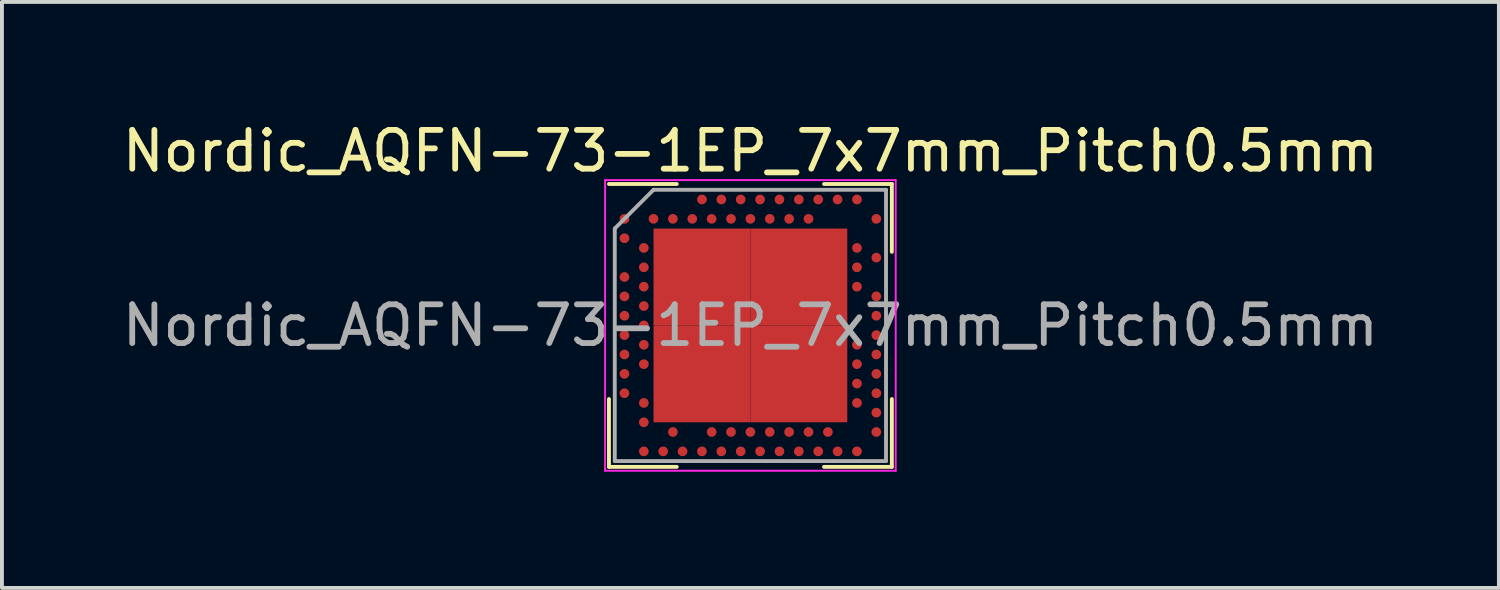
<source format=kicad_pcb>
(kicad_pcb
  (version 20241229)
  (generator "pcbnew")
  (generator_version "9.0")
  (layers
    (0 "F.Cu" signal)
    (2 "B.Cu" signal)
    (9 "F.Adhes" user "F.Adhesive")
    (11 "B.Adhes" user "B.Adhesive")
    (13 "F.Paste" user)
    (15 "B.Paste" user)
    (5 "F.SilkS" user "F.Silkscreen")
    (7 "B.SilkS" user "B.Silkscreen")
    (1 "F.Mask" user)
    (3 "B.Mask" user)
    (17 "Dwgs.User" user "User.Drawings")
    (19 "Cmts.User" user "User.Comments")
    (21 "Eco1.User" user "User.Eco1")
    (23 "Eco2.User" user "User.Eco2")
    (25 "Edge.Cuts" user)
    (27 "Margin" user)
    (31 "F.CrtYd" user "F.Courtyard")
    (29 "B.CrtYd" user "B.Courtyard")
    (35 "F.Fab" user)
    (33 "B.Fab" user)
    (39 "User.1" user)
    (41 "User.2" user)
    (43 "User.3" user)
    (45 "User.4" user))
  (footprint "Nordic_AQFN-73-1EP_7x7mm_Pitch0.5mm"
    (layer "F.Cu")
    (at 16.315 5.348)
    (property "Reference" "Nordic_AQFN-73-1EP_7x7mm_Pitch0.5mm" (at 0 -4.5 0) (layer "F.SilkS") (effects (font (size 1 1) (thickness 0.15))))
    (attr smd)
    (fp_line (start -3.65 -3.65) (end -1.9 -3.65) (stroke (width 0.1) (type solid)) (layer "F.SilkS"))
    (fp_line (start -3.65 3.65) (end -3.65 1.9) (stroke (width 0.1) (type solid)) (layer "F.SilkS"))
    (fp_line (start -1.9 3.65) (end -3.65 3.65) (stroke (width 0.1) (type solid)) (layer "F.SilkS"))
    (fp_line (start 1.9 -3.65) (end 3.65 -3.65) (stroke (width 0.1) (type solid)) (layer "F.SilkS"))
    (fp_line (start 1.9 3.65) (end 3.65 3.65) (stroke (width 0.1) (type solid)) (layer "F.SilkS"))
    (fp_line (start 3.65 -3.65) (end 3.65 -1.9) (stroke (width 0.1) (type solid)) (layer "F.SilkS"))
    (fp_line (start 3.65 3.65) (end 3.65 1.9) (stroke (width 0.1) (type solid)) (layer "F.SilkS"))
    (fp_line (start -3.75 -3.75) (end 3.75 -3.75) (stroke (width 0.05) (type solid)) (layer "F.CrtYd"))
    (fp_line (start -3.75 3.75) (end -3.75 -3.75) (stroke (width 0.05) (type solid)) (layer "F.CrtYd"))
    (fp_line (start 3.75 -3.75) (end 3.75 3.75) (stroke (width 0.05) (type solid)) (layer "F.CrtYd"))
    (fp_line (start 3.75 3.75) (end -3.75 3.75) (stroke (width 0.05) (type solid)) (layer "F.CrtYd"))
    (fp_line (start -3.5 -2.5) (end -3.5 3.5) (stroke (width 0.1) (type solid)) (layer "F.Fab"))
    (fp_line (start -3.5 3.5) (end 3.5 3.5) (stroke (width 0.1) (type solid)) (layer "F.Fab"))
    (fp_line (start -2.5 -3.5) (end -3.5 -2.5) (stroke (width 0.1) (type solid)) (layer "F.Fab"))
    (fp_line (start 3.5 -3.5) (end -2.5 -3.5) (stroke (width 0.1) (type solid)) (layer "F.Fab"))
    (fp_line (start 3.5 3.5) (end 3.5 -3.5) (stroke (width 0.1) (type solid)) (layer "F.Fab"))
    (fp_text user "${REFERENCE}" (at 0 0 0) (layer "F.Fab") (effects (font (size 1 1) (thickness 0.15))))
    (pad "74" smd rect (at -1.25 -1.25) (size 2.5 2.5) (layers "F.Cu" "F.Mask" "F.Paste"))
    (pad "74" smd rect (at -1.25 1.25) (size 2.5 2.5) (layers "F.Cu" "F.Mask" "F.Paste"))
    (pad "74" smd rect (at 1.25 -1.25) (size 2.5 2.5) (layers "F.Cu" "F.Mask" "F.Paste"))
    (pad "74" smd rect (at 1.25 1.25) (size 2.5 2.5) (layers "F.Cu" "F.Mask" "F.Paste"))
    (pad "A8" smd circle (at -1.25 -3.25) (size 0.25 0.25) (layers "F.Cu" "F.Mask" "F.Paste"))
    (pad "A10" smd circle (at -0.75 -3.25) (size 0.25 0.25) (layers "F.Cu" "F.Mask" "F.Paste"))
    (pad "A12" smd circle (at -0.25 -3.25) (size 0.25 0.25) (layers "F.Cu" "F.Mask" "F.Paste"))
    (pad "A14" smd circle (at 0.25 -3.25) (size 0.25 0.25) (layers "F.Cu" "F.Mask" "F.Paste"))
    (pad "A16" smd circle (at 0.75 -3.25) (size 0.25 0.25) (layers "F.Cu" "F.Mask" "F.Paste"))
    (pad "A18" smd circle (at 1.25 -3.25) (size 0.25 0.25) (layers "F.Cu" "F.Mask" "F.Paste"))
    (pad "A20" smd circle (at 1.75 -3.25) (size 0.25 0.25) (layers "F.Cu" "F.Mask" "F.Paste"))
    (pad "A22" smd circle (at 2.25 -3.25) (size 0.25 0.25) (layers "F.Cu" "F.Mask" "F.Paste"))
    (pad "A23" smd circle (at 2.75 -3.25) (size 0.25 0.25) (layers "F.Cu" "F.Mask" "F.Paste"))
    (pad "AA24" smd circle (at 3.25 2.25) (size 0.25 0.25) (layers "F.Cu" "F.Mask" "F.Paste"))
    (pad "AB2" smd circle (at -2.75 2.5) (size 0.25 0.25) (layers "F.Cu" "F.Mask" "F.Paste"))
    (pad "AC5" smd circle (at -2 2.75) (size 0.25 0.25) (layers "F.Cu" "F.Mask" "F.Paste"))
    (pad "AC9" smd circle (at -1 2.75) (size 0.25 0.25) (layers "F.Cu" "F.Mask" "F.Paste"))
    (pad "AC11" smd circle (at -0.5 2.75) (size 0.25 0.25) (layers "F.Cu" "F.Mask" "F.Paste"))
    (pad "AC13" smd circle (at 0 2.75) (size 0.25 0.25) (layers "F.Cu" "F.Mask" "F.Paste"))
    (pad "AC15" smd circle (at 0.5 2.75) (size 0.25 0.25) (layers "F.Cu" "F.Mask" "F.Paste"))
    (pad "AC17" smd circle (at 1 2.75) (size 0.25 0.25) (layers "F.Cu" "F.Mask" "F.Paste"))
    (pad "AC19" smd circle (at 1.5 2.75) (size 0.25 0.25) (layers "F.Cu" "F.Mask" "F.Paste"))
    (pad "AC21" smd circle (at 2 2.75) (size 0.25 0.25) (layers "F.Cu" "F.Mask" "F.Paste"))
    (pad "AC24" smd circle (at 3.25 2.75) (size 0.25 0.25) (layers "F.Cu" "F.Mask" "F.Paste"))
    (pad "AD2" smd circle (at -2.75 3.25) (size 0.25 0.25) (layers "F.Cu" "F.Mask" "F.Paste"))
    (pad "AD4" smd circle (at -2.25 3.25) (size 0.25 0.25) (layers "F.Cu" "F.Mask" "F.Paste"))
    (pad "AD6" smd circle (at -1.75 3.25) (size 0.25 0.25) (layers "F.Cu" "F.Mask" "F.Paste"))
    (pad "AD8" smd circle (at -1.25 3.25) (size 0.25 0.25) (layers "F.Cu" "F.Mask" "F.Paste"))
    (pad "AD10" smd circle (at -0.75 3.25) (size 0.25 0.25) (layers "F.Cu" "F.Mask" "F.Paste"))
    (pad "AD12" smd circle (at -0.25 3.25) (size 0.25 0.25) (layers "F.Cu" "F.Mask" "F.Paste"))
    (pad "AD14" smd circle (at 0.25 3.25) (size 0.25 0.25) (layers "F.Cu" "F.Mask" "F.Paste"))
    (pad "AD16" smd circle (at 0.75 3.25) (size 0.25 0.25) (layers "F.Cu" "F.Mask" "F.Paste"))
    (pad "AD18" smd circle (at 1.25 3.25) (size 0.25 0.25) (layers "F.Cu" "F.Mask" "F.Paste"))
    (pad "AD20" smd circle (at 1.75 3.25) (size 0.25 0.25) (layers "F.Cu" "F.Mask" "F.Paste"))
    (pad "AD22" smd circle (at 2.25 3.25) (size 0.25 0.25) (layers "F.Cu" "F.Mask" "F.Paste"))
    (pad "AD23" smd circle (at 2.75 3.25) (size 0.25 0.25) (layers "F.Cu" "F.Mask" "F.Paste"))
    (pad "B1" smd circle (at -3.25 -2.75) (size 0.25 0.25) (layers "F.Cu" "F.Mask" "F.Paste"))
    (pad "B3" smd circle (at -2.5 -2.75) (size 0.25 0.25) (layers "F.Cu" "F.Mask" "F.Paste"))
    (pad "B5" smd circle (at -2 -2.75) (size 0.25 0.25) (layers "F.Cu" "F.Mask" "F.Paste"))
    (pad "B7" smd circle (at -1.5 -2.75) (size 0.25 0.25) (layers "F.Cu" "F.Mask" "F.Paste"))
    (pad "B9" smd circle (at -1 -2.75) (size 0.25 0.25) (layers "F.Cu" "F.Mask" "F.Paste"))
    (pad "B11" smd circle (at -0.5 -2.75) (size 0.25 0.25) (layers "F.Cu" "F.Mask" "F.Paste"))
    (pad "B13" smd circle (at 0 -2.75) (size 0.25 0.25) (layers "F.Cu" "F.Mask" "F.Paste"))
    (pad "B15" smd circle (at 0.5 -2.75) (size 0.25 0.25) (layers "F.Cu" "F.Mask" "F.Paste"))
    (pad "B17" smd circle (at 1 -2.75) (size 0.25 0.25) (layers "F.Cu" "F.Mask" "F.Paste"))
    (pad "B19" smd circle (at 1.5 -2.75) (size 0.25 0.25) (layers "F.Cu" "F.Mask" "F.Paste"))
    (pad "B24" smd circle (at 3.25 -2.75) (size 0.25 0.25) (layers "F.Cu" "F.Mask" "F.Paste"))
    (pad "C1" smd circle (at -3.25 -2.25) (size 0.25 0.25) (layers "F.Cu" "F.Mask" "F.Paste"))
    (pad "D2" smd circle (at -2.75 -2) (size 0.25 0.25) (layers "F.Cu" "F.Mask" "F.Paste"))
    (pad "D23" smd circle (at 2.75 -2) (size 0.25 0.25) (layers "F.Cu" "F.Mask" "F.Paste"))
    (pad "E24" smd circle (at 3.25 -1.75) (size 0.25 0.25) (layers "F.Cu" "F.Mask" "F.Paste"))
    (pad "F2" smd circle (at -2.75 -1.5) (size 0.25 0.25) (layers "F.Cu" "F.Mask" "F.Paste"))
    (pad "F23" smd circle (at 2.75 -1.5) (size 0.25 0.25) (layers "F.Cu" "F.Mask" "F.Paste"))
    (pad "G1" smd circle (at -3.25 -1.25) (size 0.25 0.25) (layers "F.Cu" "F.Mask" "F.Paste"))
    (pad "H2" smd circle (at -2.75 -1) (size 0.25 0.25) (layers "F.Cu" "F.Mask" "F.Paste"))
    (pad "H23" smd circle (at 2.75 -1) (size 0.25 0.25) (layers "F.Cu" "F.Mask" "F.Paste"))
    (pad "J1" smd circle (at -3.25 -0.75) (size 0.25 0.25) (layers "F.Cu" "F.Mask" "F.Paste"))
    (pad "J24" smd circle (at 3.25 -0.75) (size 0.25 0.25) (layers "F.Cu" "F.Mask" "F.Paste"))
    (pad "K2" smd circle (at -2.75 -0.5) (size 0.25 0.25) (layers "F.Cu" "F.Mask" "F.Paste"))
    (pad "L1" smd circle (at -3.25 -0.25) (size 0.25 0.25) (layers "F.Cu" "F.Mask" "F.Paste"))
    (pad "L24" smd circle (at 3.25 -0.25) (size 0.25 0.25) (layers "F.Cu" "F.Mask" "F.Paste"))
    (pad "M2" smd circle (at -2.75 0) (size 0.25 0.25) (layers "F.Cu" "F.Mask" "F.Paste"))
    (pad "N1" smd circle (at -3.25 0.25) (size 0.25 0.25) (layers "F.Cu" "F.Mask" "F.Paste"))
    (pad "N24" smd circle (at 3.25 0.25) (size 0.25 0.25) (layers "F.Cu" "F.Mask" "F.Paste"))
    (pad "P2" smd circle (at -2.75 0.5) (size 0.25 0.25) (layers "F.Cu" "F.Mask" "F.Paste"))
    (pad "P23" smd circle (at 2.75 0.5) (size 0.25 0.25) (layers "F.Cu" "F.Mask" "F.Paste"))
    (pad "R1" smd circle (at -3.25 0.75) (size 0.25 0.25) (layers "F.Cu" "F.Mask" "F.Paste"))
    (pad "R24" smd circle (at 3.25 0.75) (size 0.25 0.25) (layers "F.Cu" "F.Mask" "F.Paste"))
    (pad "T2" smd circle (at -2.75 1) (size 0.25 0.25) (layers "F.Cu" "F.Mask" "F.Paste"))
    (pad "T23" smd circle (at 2.75 1) (size 0.25 0.25) (layers "F.Cu" "F.Mask" "F.Paste"))
    (pad "U1" smd circle (at -3.25 1.25) (size 0.25 0.25) (layers "F.Cu" "F.Mask" "F.Paste"))
    (pad "U24" smd circle (at 3.25 1.25) (size 0.25 0.25) (layers "F.Cu" "F.Mask" "F.Paste"))
    (pad "V23" smd circle (at 2.75 1.5) (size 0.25 0.25) (layers "F.Cu" "F.Mask" "F.Paste"))
    (pad "W1" smd circle (at -3.25 1.75) (size 0.25 0.25) (layers "F.Cu" "F.Mask" "F.Paste"))
    (pad "W24" smd circle (at 3.25 1.75) (size 0.25 0.25) (layers "F.Cu" "F.Mask" "F.Paste"))
    (pad "Y2" smd circle (at -2.75 2) (size 0.25 0.25) (layers "F.Cu" "F.Mask" "F.Paste"))
    (pad "Y23" smd circle (at 2.75 2) (size 0.25 0.25) (layers "F.Cu" "F.Mask" "F.Paste")))
  (gr_rect
    (start -3 -3)
    (end 35.631 12.123)
    (stroke (width 0.1) (type default))
    (fill no)
    (layer "Edge.Cuts")))
</source>
